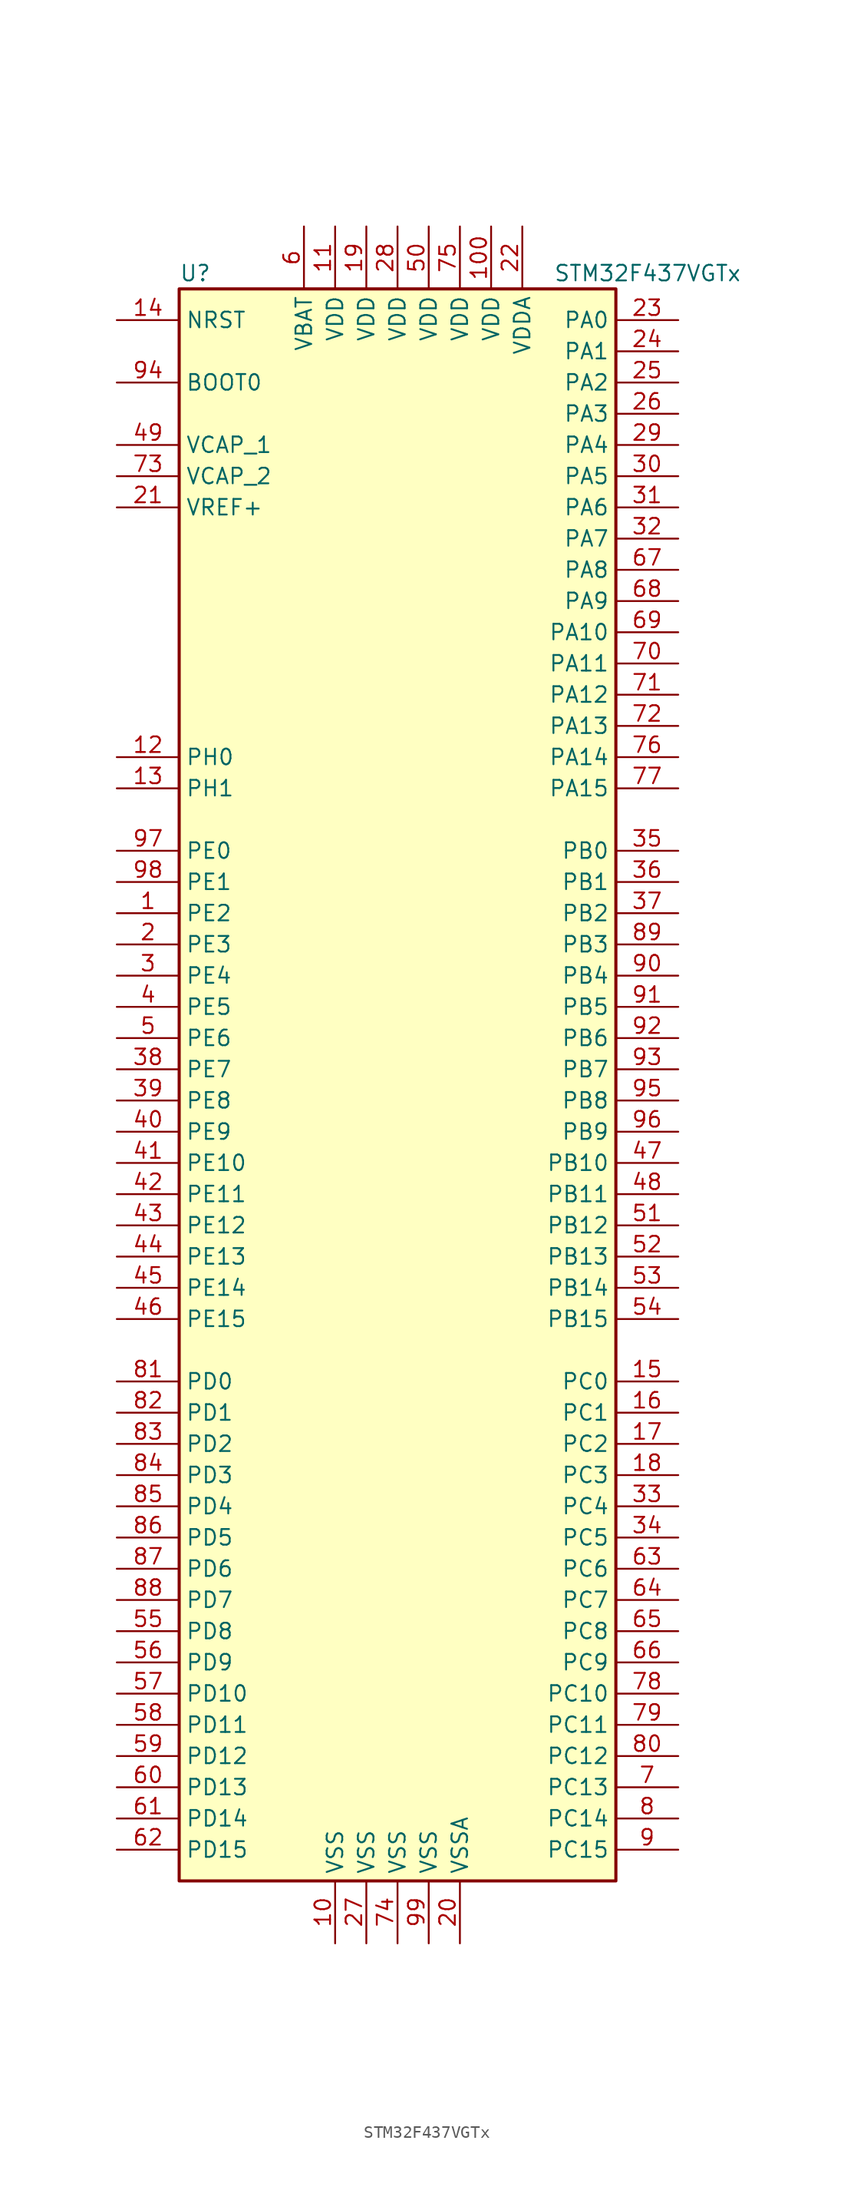
<source format=kicad_sym>
(kicad_symbol_lib
  (version 20201005)
  (generator kicad_symbol_editor)
  (symbol "STM32F437VGTx"
    (property "Reference" "U"
      (at -17.78 64.77 0)
      (effects (font (size 1.27 1.27)) (justify left)))
    (property "Value" "STM32F437VGTx"
      (at 12.7 64.77 0)
      (effects (font (size 1.27 1.27)) (justify left)))
    (symbol "STM32F437VGTx_0_1"
      (rectangle (start -17.78 -66.04) (end 17.78 63.5) (stroke (width 0.254)) (fill (type background))))
    (symbol "STM32F437VGTx_1_1"
      (pin input line (at -22.86 55.88 0) (length 5.08) (name "BOOT0" (effects (font (size 1.27 1.27)))) (number "94" (effects (font (size 1.27 1.27)))))
      (pin input line (at -22.86 60.96 0) (length 5.08) (name "NRST" (effects (font (size 1.27 1.27)))) (number "14" (effects (font (size 1.27 1.27)))))
      (pin bidirectional line (at 22.86 60.96 180) (length 5.08) (name "PA0" (effects (font (size 1.27 1.27)))) (number "23" (effects (font (size 1.27 1.27)))))
      (pin bidirectional line (at 22.86 58.42 180) (length 5.08) (name "PA1" (effects (font (size 1.27 1.27)))) (number "24" (effects (font (size 1.27 1.27)))))
      (pin bidirectional line (at 22.86 35.56 180) (length 5.08) (name "PA10" (effects (font (size 1.27 1.27)))) (number "69" (effects (font (size 1.27 1.27)))))
      (pin bidirectional line (at 22.86 33.02 180) (length 5.08) (name "PA11" (effects (font (size 1.27 1.27)))) (number "70" (effects (font (size 1.27 1.27)))))
      (pin bidirectional line (at 22.86 30.48 180) (length 5.08) (name "PA12" (effects (font (size 1.27 1.27)))) (number "71" (effects (font (size 1.27 1.27)))))
      (pin bidirectional line (at 22.86 27.94 180) (length 5.08) (name "PA13" (effects (font (size 1.27 1.27)))) (number "72" (effects (font (size 1.27 1.27)))))
      (pin bidirectional line (at 22.86 25.4 180) (length 5.08) (name "PA14" (effects (font (size 1.27 1.27)))) (number "76" (effects (font (size 1.27 1.27)))))
      (pin bidirectional line (at 22.86 22.86 180) (length 5.08) (name "PA15" (effects (font (size 1.27 1.27)))) (number "77" (effects (font (size 1.27 1.27)))))
      (pin bidirectional line (at 22.86 55.88 180) (length 5.08) (name "PA2" (effects (font (size 1.27 1.27)))) (number "25" (effects (font (size 1.27 1.27)))))
      (pin bidirectional line (at 22.86 53.34 180) (length 5.08) (name "PA3" (effects (font (size 1.27 1.27)))) (number "26" (effects (font (size 1.27 1.27)))))
      (pin bidirectional line (at 22.86 50.8 180) (length 5.08) (name "PA4" (effects (font (size 1.27 1.27)))) (number "29" (effects (font (size 1.27 1.27)))))
      (pin bidirectional line (at 22.86 48.26 180) (length 5.08) (name "PA5" (effects (font (size 1.27 1.27)))) (number "30" (effects (font (size 1.27 1.27)))))
      (pin bidirectional line (at 22.86 45.72 180) (length 5.08) (name "PA6" (effects (font (size 1.27 1.27)))) (number "31" (effects (font (size 1.27 1.27)))))
      (pin bidirectional line (at 22.86 43.18 180) (length 5.08) (name "PA7" (effects (font (size 1.27 1.27)))) (number "32" (effects (font (size 1.27 1.27)))))
      (pin bidirectional line (at 22.86 40.64 180) (length 5.08) (name "PA8" (effects (font (size 1.27 1.27)))) (number "67" (effects (font (size 1.27 1.27)))))
      (pin bidirectional line (at 22.86 38.1 180) (length 5.08) (name "PA9" (effects (font (size 1.27 1.27)))) (number "68" (effects (font (size 1.27 1.27)))))
      (pin bidirectional line (at 22.86 17.78 180) (length 5.08) (name "PB0" (effects (font (size 1.27 1.27)))) (number "35" (effects (font (size 1.27 1.27)))))
      (pin bidirectional line (at 22.86 15.24 180) (length 5.08) (name "PB1" (effects (font (size 1.27 1.27)))) (number "36" (effects (font (size 1.27 1.27)))))
      (pin bidirectional line (at 22.86 -7.62 180) (length 5.08) (name "PB10" (effects (font (size 1.27 1.27)))) (number "47" (effects (font (size 1.27 1.27)))))
      (pin bidirectional line (at 22.86 -10.16 180) (length 5.08) (name "PB11" (effects (font (size 1.27 1.27)))) (number "48" (effects (font (size 1.27 1.27)))))
      (pin bidirectional line (at 22.86 -12.7 180) (length 5.08) (name "PB12" (effects (font (size 1.27 1.27)))) (number "51" (effects (font (size 1.27 1.27)))))
      (pin bidirectional line (at 22.86 -15.24 180) (length 5.08) (name "PB13" (effects (font (size 1.27 1.27)))) (number "52" (effects (font (size 1.27 1.27)))))
      (pin bidirectional line (at 22.86 -17.78 180) (length 5.08) (name "PB14" (effects (font (size 1.27 1.27)))) (number "53" (effects (font (size 1.27 1.27)))))
      (pin bidirectional line (at 22.86 -20.32 180) (length 5.08) (name "PB15" (effects (font (size 1.27 1.27)))) (number "54" (effects (font (size 1.27 1.27)))))
      (pin bidirectional line (at 22.86 12.7 180) (length 5.08) (name "PB2" (effects (font (size 1.27 1.27)))) (number "37" (effects (font (size 1.27 1.27)))))
      (pin bidirectional line (at 22.86 10.16 180) (length 5.08) (name "PB3" (effects (font (size 1.27 1.27)))) (number "89" (effects (font (size 1.27 1.27)))))
      (pin bidirectional line (at 22.86 7.62 180) (length 5.08) (name "PB4" (effects (font (size 1.27 1.27)))) (number "90" (effects (font (size 1.27 1.27)))))
      (pin bidirectional line (at 22.86 5.08 180) (length 5.08) (name "PB5" (effects (font (size 1.27 1.27)))) (number "91" (effects (font (size 1.27 1.27)))))
      (pin bidirectional line (at 22.86 2.54 180) (length 5.08) (name "PB6" (effects (font (size 1.27 1.27)))) (number "92" (effects (font (size 1.27 1.27)))))
      (pin bidirectional line (at 22.86 0 180) (length 5.08) (name "PB7" (effects (font (size 1.27 1.27)))) (number "93" (effects (font (size 1.27 1.27)))))
      (pin bidirectional line (at 22.86 -2.54 180) (length 5.08) (name "PB8" (effects (font (size 1.27 1.27)))) (number "95" (effects (font (size 1.27 1.27)))))
      (pin bidirectional line (at 22.86 -5.08 180) (length 5.08) (name "PB9" (effects (font (size 1.27 1.27)))) (number "96" (effects (font (size 1.27 1.27)))))
      (pin bidirectional line (at 22.86 -25.4 180) (length 5.08) (name "PC0" (effects (font (size 1.27 1.27)))) (number "15" (effects (font (size 1.27 1.27)))))
      (pin bidirectional line (at 22.86 -27.94 180) (length 5.08) (name "PC1" (effects (font (size 1.27 1.27)))) (number "16" (effects (font (size 1.27 1.27)))))
      (pin bidirectional line (at 22.86 -50.8 180) (length 5.08) (name "PC10" (effects (font (size 1.27 1.27)))) (number "78" (effects (font (size 1.27 1.27)))))
      (pin bidirectional line (at 22.86 -53.34 180) (length 5.08) (name "PC11" (effects (font (size 1.27 1.27)))) (number "79" (effects (font (size 1.27 1.27)))))
      (pin bidirectional line (at 22.86 -55.88 180) (length 5.08) (name "PC12" (effects (font (size 1.27 1.27)))) (number "80" (effects (font (size 1.27 1.27)))))
      (pin bidirectional line (at 22.86 -58.42 180) (length 5.08) (name "PC13" (effects (font (size 1.27 1.27)))) (number "7" (effects (font (size 1.27 1.27)))))
      (pin bidirectional line (at 22.86 -60.96 180) (length 5.08) (name "PC14" (effects (font (size 1.27 1.27)))) (number "8" (effects (font (size 1.27 1.27)))))
      (pin bidirectional line (at 22.86 -63.5 180) (length 5.08) (name "PC15" (effects (font (size 1.27 1.27)))) (number "9" (effects (font (size 1.27 1.27)))))
      (pin bidirectional line (at 22.86 -30.48 180) (length 5.08) (name "PC2" (effects (font (size 1.27 1.27)))) (number "17" (effects (font (size 1.27 1.27)))))
      (pin bidirectional line (at 22.86 -33.02 180) (length 5.08) (name "PC3" (effects (font (size 1.27 1.27)))) (number "18" (effects (font (size 1.27 1.27)))))
      (pin bidirectional line (at 22.86 -35.56 180) (length 5.08) (name "PC4" (effects (font (size 1.27 1.27)))) (number "33" (effects (font (size 1.27 1.27)))))
      (pin bidirectional line (at 22.86 -38.1 180) (length 5.08) (name "PC5" (effects (font (size 1.27 1.27)))) (number "34" (effects (font (size 1.27 1.27)))))
      (pin bidirectional line (at 22.86 -40.64 180) (length 5.08) (name "PC6" (effects (font (size 1.27 1.27)))) (number "63" (effects (font (size 1.27 1.27)))))
      (pin bidirectional line (at 22.86 -43.18 180) (length 5.08) (name "PC7" (effects (font (size 1.27 1.27)))) (number "64" (effects (font (size 1.27 1.27)))))
      (pin bidirectional line (at 22.86 -45.72 180) (length 5.08) (name "PC8" (effects (font (size 1.27 1.27)))) (number "65" (effects (font (size 1.27 1.27)))))
      (pin bidirectional line (at 22.86 -48.26 180) (length 5.08) (name "PC9" (effects (font (size 1.27 1.27)))) (number "66" (effects (font (size 1.27 1.27)))))
      (pin bidirectional line (at -22.86 -25.4 0) (length 5.08) (name "PD0" (effects (font (size 1.27 1.27)))) (number "81" (effects (font (size 1.27 1.27)))))
      (pin bidirectional line (at -22.86 -27.94 0) (length 5.08) (name "PD1" (effects (font (size 1.27 1.27)))) (number "82" (effects (font (size 1.27 1.27)))))
      (pin bidirectional line (at -22.86 -50.8 0) (length 5.08) (name "PD10" (effects (font (size 1.27 1.27)))) (number "57" (effects (font (size 1.27 1.27)))))
      (pin bidirectional line (at -22.86 -53.34 0) (length 5.08) (name "PD11" (effects (font (size 1.27 1.27)))) (number "58" (effects (font (size 1.27 1.27)))))
      (pin bidirectional line (at -22.86 -55.88 0) (length 5.08) (name "PD12" (effects (font (size 1.27 1.27)))) (number "59" (effects (font (size 1.27 1.27)))))
      (pin bidirectional line (at -22.86 -58.42 0) (length 5.08) (name "PD13" (effects (font (size 1.27 1.27)))) (number "60" (effects (font (size 1.27 1.27)))))
      (pin bidirectional line (at -22.86 -60.96 0) (length 5.08) (name "PD14" (effects (font (size 1.27 1.27)))) (number "61" (effects (font (size 1.27 1.27)))))
      (pin bidirectional line (at -22.86 -63.5 0) (length 5.08) (name "PD15" (effects (font (size 1.27 1.27)))) (number "62" (effects (font (size 1.27 1.27)))))
      (pin bidirectional line (at -22.86 -30.48 0) (length 5.08) (name "PD2" (effects (font (size 1.27 1.27)))) (number "83" (effects (font (size 1.27 1.27)))))
      (pin bidirectional line (at -22.86 -33.02 0) (length 5.08) (name "PD3" (effects (font (size 1.27 1.27)))) (number "84" (effects (font (size 1.27 1.27)))))
      (pin bidirectional line (at -22.86 -35.56 0) (length 5.08) (name "PD4" (effects (font (size 1.27 1.27)))) (number "85" (effects (font (size 1.27 1.27)))))
      (pin bidirectional line (at -22.86 -38.1 0) (length 5.08) (name "PD5" (effects (font (size 1.27 1.27)))) (number "86" (effects (font (size 1.27 1.27)))))
      (pin bidirectional line (at -22.86 -40.64 0) (length 5.08) (name "PD6" (effects (font (size 1.27 1.27)))) (number "87" (effects (font (size 1.27 1.27)))))
      (pin bidirectional line (at -22.86 -43.18 0) (length 5.08) (name "PD7" (effects (font (size 1.27 1.27)))) (number "88" (effects (font (size 1.27 1.27)))))
      (pin bidirectional line (at -22.86 -45.72 0) (length 5.08) (name "PD8" (effects (font (size 1.27 1.27)))) (number "55" (effects (font (size 1.27 1.27)))))
      (pin bidirectional line (at -22.86 -48.26 0) (length 5.08) (name "PD9" (effects (font (size 1.27 1.27)))) (number "56" (effects (font (size 1.27 1.27)))))
      (pin bidirectional line (at -22.86 17.78 0) (length 5.08) (name "PE0" (effects (font (size 1.27 1.27)))) (number "97" (effects (font (size 1.27 1.27)))))
      (pin bidirectional line (at -22.86 15.24 0) (length 5.08) (name "PE1" (effects (font (size 1.27 1.27)))) (number "98" (effects (font (size 1.27 1.27)))))
      (pin bidirectional line (at -22.86 -7.62 0) (length 5.08) (name "PE10" (effects (font (size 1.27 1.27)))) (number "41" (effects (font (size 1.27 1.27)))))
      (pin bidirectional line (at -22.86 -10.16 0) (length 5.08) (name "PE11" (effects (font (size 1.27 1.27)))) (number "42" (effects (font (size 1.27 1.27)))))
      (pin bidirectional line (at -22.86 -12.7 0) (length 5.08) (name "PE12" (effects (font (size 1.27 1.27)))) (number "43" (effects (font (size 1.27 1.27)))))
      (pin bidirectional line (at -22.86 -15.24 0) (length 5.08) (name "PE13" (effects (font (size 1.27 1.27)))) (number "44" (effects (font (size 1.27 1.27)))))
      (pin bidirectional line (at -22.86 -17.78 0) (length 5.08) (name "PE14" (effects (font (size 1.27 1.27)))) (number "45" (effects (font (size 1.27 1.27)))))
      (pin bidirectional line (at -22.86 -20.32 0) (length 5.08) (name "PE15" (effects (font (size 1.27 1.27)))) (number "46" (effects (font (size 1.27 1.27)))))
      (pin bidirectional line (at -22.86 12.7 0) (length 5.08) (name "PE2" (effects (font (size 1.27 1.27)))) (number "1" (effects (font (size 1.27 1.27)))))
      (pin bidirectional line (at -22.86 10.16 0) (length 5.08) (name "PE3" (effects (font (size 1.27 1.27)))) (number "2" (effects (font (size 1.27 1.27)))))
      (pin bidirectional line (at -22.86 7.62 0) (length 5.08) (name "PE4" (effects (font (size 1.27 1.27)))) (number "3" (effects (font (size 1.27 1.27)))))
      (pin bidirectional line (at -22.86 5.08 0) (length 5.08) (name "PE5" (effects (font (size 1.27 1.27)))) (number "4" (effects (font (size 1.27 1.27)))))
      (pin bidirectional line (at -22.86 2.54 0) (length 5.08) (name "PE6" (effects (font (size 1.27 1.27)))) (number "5" (effects (font (size 1.27 1.27)))))
      (pin bidirectional line (at -22.86 0 0) (length 5.08) (name "PE7" (effects (font (size 1.27 1.27)))) (number "38" (effects (font (size 1.27 1.27)))))
      (pin bidirectional line (at -22.86 -2.54 0) (length 5.08) (name "PE8" (effects (font (size 1.27 1.27)))) (number "39" (effects (font (size 1.27 1.27)))))
      (pin bidirectional line (at -22.86 -5.08 0) (length 5.08) (name "PE9" (effects (font (size 1.27 1.27)))) (number "40" (effects (font (size 1.27 1.27)))))
      (pin input line (at -22.86 25.4 0) (length 5.08) (name "PH0" (effects (font (size 1.27 1.27)))) (number "12" (effects (font (size 1.27 1.27)))))
      (pin input line (at -22.86 22.86 0) (length 5.08) (name "PH1" (effects (font (size 1.27 1.27)))) (number "13" (effects (font (size 1.27 1.27)))))
      (pin power_in line (at -7.62 68.58 270) (length 5.08) (name "VBAT" (effects (font (size 1.27 1.27)))) (number "6" (effects (font (size 1.27 1.27)))))
      (pin power_in line (at -22.86 50.8 0) (length 5.08) (name "VCAP_1" (effects (font (size 1.27 1.27)))) (number "49" (effects (font (size 1.27 1.27)))))
      (pin power_in line (at -22.86 48.26 0) (length 5.08) (name "VCAP_2" (effects (font (size 1.27 1.27)))) (number "73" (effects (font (size 1.27 1.27)))))
      (pin power_in line (at 7.62 68.58 270) (length 5.08) (name "VDD" (effects (font (size 1.27 1.27)))) (number "100" (effects (font (size 1.27 1.27)))))
      (pin power_in line (at -5.08 68.58 270) (length 5.08) (name "VDD" (effects (font (size 1.27 1.27)))) (number "11" (effects (font (size 1.27 1.27)))))
      (pin power_in line (at -2.54 68.58 270) (length 5.08) (name "VDD" (effects (font (size 1.27 1.27)))) (number "19" (effects (font (size 1.27 1.27)))))
      (pin power_in line (at 0 68.58 270) (length 5.08) (name "VDD" (effects (font (size 1.27 1.27)))) (number "28" (effects (font (size 1.27 1.27)))))
      (pin power_in line (at 2.54 68.58 270) (length 5.08) (name "VDD" (effects (font (size 1.27 1.27)))) (number "50" (effects (font (size 1.27 1.27)))))
      (pin power_in line (at 5.08 68.58 270) (length 5.08) (name "VDD" (effects (font (size 1.27 1.27)))) (number "75" (effects (font (size 1.27 1.27)))))
      (pin power_in line (at 10.16 68.58 270) (length 5.08) (name "VDDA" (effects (font (size 1.27 1.27)))) (number "22" (effects (font (size 1.27 1.27)))))
      (pin power_in line (at -22.86 45.72 0) (length 5.08) (name "VREF+" (effects (font (size 1.27 1.27)))) (number "21" (effects (font (size 1.27 1.27)))))
      (pin power_in line (at -5.08 -71.12 90) (length 5.08) (name "VSS" (effects (font (size 1.27 1.27)))) (number "10" (effects (font (size 1.27 1.27)))))
      (pin power_in line (at -2.54 -71.12 90) (length 5.08) (name "VSS" (effects (font (size 1.27 1.27)))) (number "27" (effects (font (size 1.27 1.27)))))
      (pin power_in line (at 0 -71.12 90) (length 5.08) (name "VSS" (effects (font (size 1.27 1.27)))) (number "74" (effects (font (size 1.27 1.27)))))
      (pin power_in line (at 2.54 -71.12 90) (length 5.08) (name "VSS" (effects (font (size 1.27 1.27)))) (number "99" (effects (font (size 1.27 1.27)))))
      (pin power_in line (at 5.08 -71.12 90) (length 5.08) (name "VSSA" (effects (font (size 1.27 1.27)))) (number "20" (effects (font (size 1.27 1.27))))))))
</source>
